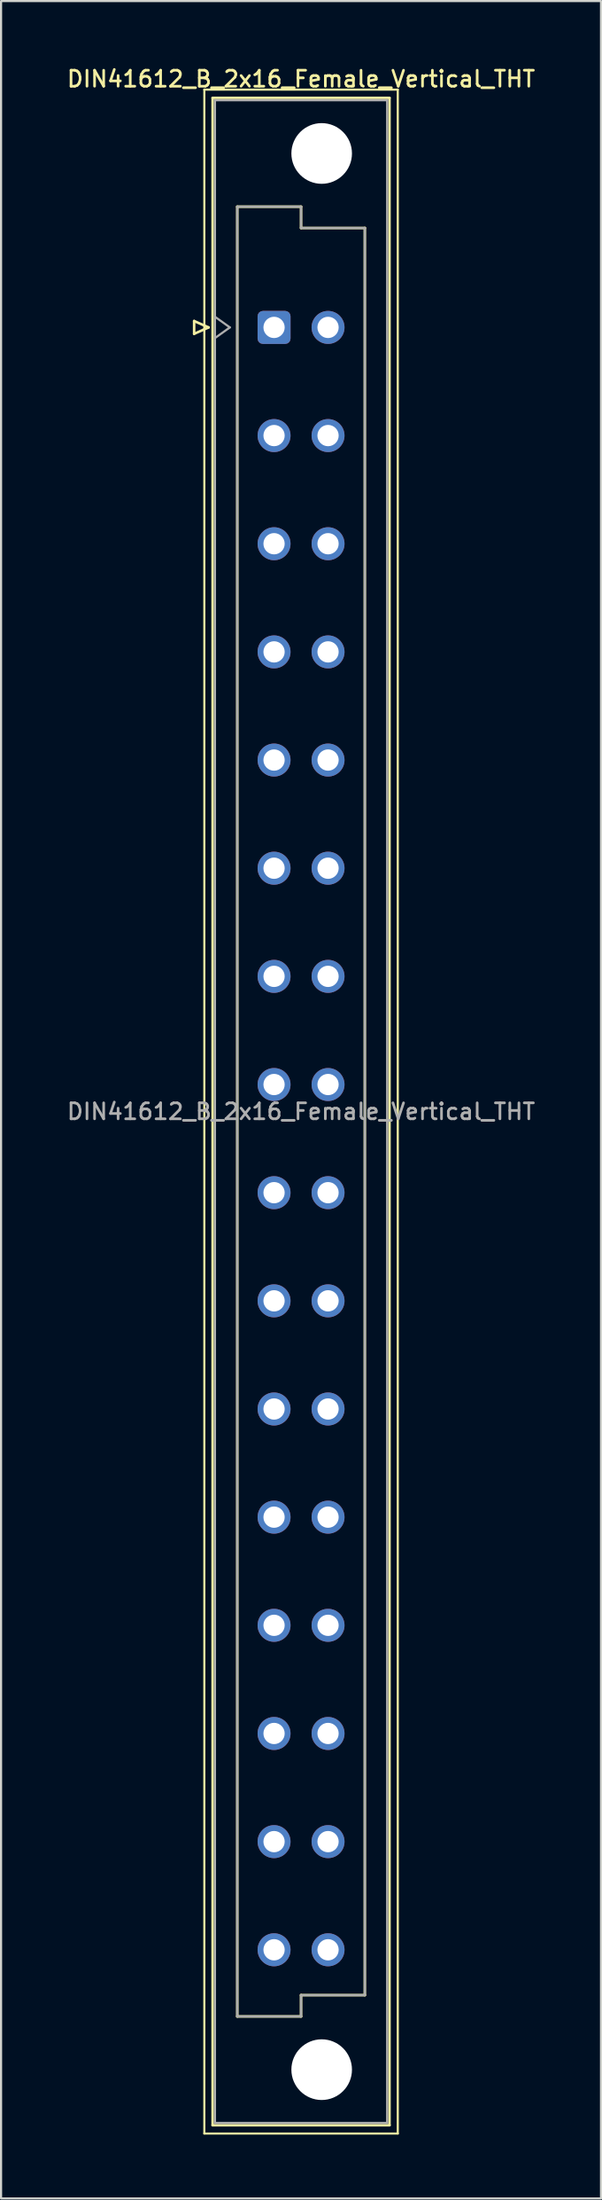
<source format=kicad_pcb>
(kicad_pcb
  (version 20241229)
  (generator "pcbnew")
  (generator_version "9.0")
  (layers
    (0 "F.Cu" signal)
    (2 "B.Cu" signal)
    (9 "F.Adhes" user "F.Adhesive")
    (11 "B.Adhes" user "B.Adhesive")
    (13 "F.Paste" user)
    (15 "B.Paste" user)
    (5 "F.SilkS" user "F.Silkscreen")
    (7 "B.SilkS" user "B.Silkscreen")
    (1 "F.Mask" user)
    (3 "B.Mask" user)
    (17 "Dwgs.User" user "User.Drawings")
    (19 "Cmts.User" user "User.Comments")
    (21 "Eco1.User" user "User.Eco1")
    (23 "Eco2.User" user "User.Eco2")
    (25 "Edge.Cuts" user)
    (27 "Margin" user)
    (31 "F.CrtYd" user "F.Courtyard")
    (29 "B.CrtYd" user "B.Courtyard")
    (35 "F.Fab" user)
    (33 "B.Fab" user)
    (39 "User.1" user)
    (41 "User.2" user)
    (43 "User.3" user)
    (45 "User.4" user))
  (footprint "DIN41612_B_2x16_Female_Vertical_THT"
    (layer "F.Cu")
    (at 9.843 9.788)
    (property "Reference" "DIN41612_B_2x16_Female_Vertical_THT" (at 1.27 -9.13 0) (layer "F.SilkS") (effects (font (size 0.75 0.75) (thickness 0.125))))
    (attr through_hole)
    (fp_line (start -3.76 2.24) (end -3.76 2.84) (stroke (width 0.12) (type solid)) (layer "F.SilkS"))
    (fp_line (start -3.76 2.84) (end -3.08 2.54) (stroke (width 0.12) (type solid)) (layer "F.SilkS"))
    (fp_line (start -3.28 -8.63) (end 5.82 -8.63) (stroke (width 0.1) (type solid)) (layer "F.SilkS"))
    (fp_line (start -3.28 87.37) (end -3.28 -8.63) (stroke (width 0.1) (type solid)) (layer "F.SilkS"))
    (fp_line (start -3.08 2.54) (end -3.76 2.24) (stroke (width 0.12) (type solid)) (layer "F.SilkS"))
    (fp_line (start -2.89 -8.24) (end 5.43 -8.24) (stroke (width 0.12) (type solid)) (layer "F.SilkS"))
    (fp_line (start -2.89 86.98) (end -2.89 -8.24) (stroke (width 0.12) (type solid)) (layer "F.SilkS"))
    (fp_line (start -1.73 -3.131) (end 1.27 -3.131) (stroke (width 0.12) (type solid)) (layer "F.SilkS"))
    (fp_line (start -1.73 81.87) (end -1.73 -3.131) (stroke (width 0.12) (type solid)) (layer "F.SilkS"))
    (fp_line (start 1.27 -3.131) (end 1.27 -2.131) (stroke (width 0.12) (type solid)) (layer "F.SilkS"))
    (fp_line (start 1.27 -2.131) (end 4.27 -2.131) (stroke (width 0.12) (type solid)) (layer "F.SilkS"))
    (fp_line (start 1.27 80.87) (end 1.27 81.87) (stroke (width 0.12) (type solid)) (layer "F.SilkS"))
    (fp_line (start 1.27 81.87) (end -1.73 81.87) (stroke (width 0.12) (type solid)) (layer "F.SilkS"))
    (fp_line (start 4.27 -2.131) (end 4.27 80.87) (stroke (width 0.12) (type solid)) (layer "F.SilkS"))
    (fp_line (start 4.27 80.87) (end 1.27 80.87) (stroke (width 0.12) (type solid)) (layer "F.SilkS"))
    (fp_line (start 5.43 -8.24) (end 5.43 86.98) (stroke (width 0.12) (type solid)) (layer "F.SilkS"))
    (fp_line (start 5.43 86.98) (end -2.89 86.98) (stroke (width 0.12) (type solid)) (layer "F.SilkS"))
    (fp_line (start 5.82 -8.63) (end 5.82 87.37) (stroke (width 0.1) (type solid)) (layer "F.SilkS"))
    (fp_line (start 5.82 87.37) (end -3.28 87.37) (stroke (width 0.1) (type solid)) (layer "F.SilkS"))
    (fp_line (start -2.78 -8.13) (end 5.32 -8.13) (stroke (width 0.1) (type solid)) (layer "F.Fab"))
    (fp_line (start -2.78 2.04) (end -2.08 2.54) (stroke (width 0.1) (type solid)) (layer "F.Fab"))
    (fp_line (start -2.78 86.87) (end -2.78 -8.13) (stroke (width 0.1) (type solid)) (layer "F.Fab"))
    (fp_line (start -2.08 2.54) (end -2.78 3.04) (stroke (width 0.1) (type solid)) (layer "F.Fab"))
    (fp_line (start -1.73 -3.13) (end 1.27 -3.13) (stroke (width 0.1) (type solid)) (layer "F.Fab"))
    (fp_line (start -1.73 81.87) (end -1.73 -3.13) (stroke (width 0.1) (type solid)) (layer "F.Fab"))
    (fp_line (start 1.27 -3.13) (end 1.27 -2.13) (stroke (width 0.1) (type solid)) (layer "F.Fab"))
    (fp_line (start 1.27 -2.13) (end 4.27 -2.13) (stroke (width 0.1) (type solid)) (layer "F.Fab"))
    (fp_line (start 1.27 80.87) (end 1.27 81.87) (stroke (width 0.1) (type solid)) (layer "F.Fab"))
    (fp_line (start 1.27 81.87) (end -1.73 81.87) (stroke (width 0.1) (type solid)) (layer "F.Fab"))
    (fp_line (start 4.27 -2.13) (end 4.27 80.87) (stroke (width 0.1) (type solid)) (layer "F.Fab"))
    (fp_line (start 4.27 80.87) (end 1.27 80.87) (stroke (width 0.1) (type solid)) (layer "F.Fab"))
    (fp_line (start 5.32 -8.13) (end 5.32 86.87) (stroke (width 0.1) (type solid)) (layer "F.Fab"))
    (fp_line (start 5.32 86.87) (end -2.78 86.87) (stroke (width 0.1) (type solid)) (layer "F.Fab"))
    (fp_text user "${REFERENCE}" (at 1.27 39.37 0) (layer "F.Fab") (effects (font (size 0.75 0.75) (thickness 0.125))))
    (pad "" np_thru_hole circle (at 2.24 -5.63) (size 2.85 2.85) (drill 2.85) (layers "*.Cu" "*.Mask"))
    (pad "" np_thru_hole circle (at 2.24 84.37) (size 2.85 2.85) (drill 2.85) (layers "*.Cu" "*.Mask"))
    (pad "a2" thru_hole roundrect (at 0 2.54) (size 1.55 1.55) (drill 1) (layers "*.Cu" "*.Mask") (roundrect_rratio 0.161))
    (pad "a4" thru_hole circle (at 0 7.62) (size 1.55 1.55) (drill 1) (layers "*.Cu" "*.Mask"))
    (pad "a6" thru_hole circle (at 0 12.7) (size 1.55 1.55) (drill 1) (layers "*.Cu" "*.Mask"))
    (pad "a8" thru_hole circle (at 0 17.78) (size 1.55 1.55) (drill 1) (layers "*.Cu" "*.Mask"))
    (pad "a10" thru_hole circle (at 0 22.86) (size 1.55 1.55) (drill 1) (layers "*.Cu" "*.Mask"))
    (pad "a12" thru_hole circle (at 0 27.94) (size 1.55 1.55) (drill 1) (layers "*.Cu" "*.Mask"))
    (pad "a14" thru_hole circle (at 0 33.02) (size 1.55 1.55) (drill 1) (layers "*.Cu" "*.Mask"))
    (pad "a16" thru_hole circle (at 0 38.1) (size 1.55 1.55) (drill 1) (layers "*.Cu" "*.Mask"))
    (pad "a18" thru_hole circle (at 0 43.18) (size 1.55 1.55) (drill 1) (layers "*.Cu" "*.Mask"))
    (pad "a20" thru_hole circle (at 0 48.26) (size 1.55 1.55) (drill 1) (layers "*.Cu" "*.Mask"))
    (pad "a22" thru_hole circle (at 0 53.34) (size 1.55 1.55) (drill 1) (layers "*.Cu" "*.Mask"))
    (pad "a24" thru_hole circle (at 0 58.42) (size 1.55 1.55) (drill 1) (layers "*.Cu" "*.Mask"))
    (pad "a26" thru_hole circle (at 0 63.5) (size 1.55 1.55) (drill 1) (layers "*.Cu" "*.Mask"))
    (pad "a28" thru_hole circle (at 0 68.58) (size 1.55 1.55) (drill 1) (layers "*.Cu" "*.Mask"))
    (pad "a30" thru_hole circle (at 0 73.66) (size 1.55 1.55) (drill 1) (layers "*.Cu" "*.Mask"))
    (pad "a32" thru_hole circle (at 0 78.74) (size 1.55 1.55) (drill 1) (layers "*.Cu" "*.Mask"))
    (pad "b2" thru_hole circle (at 2.54 2.54) (size 1.55 1.55) (drill 1) (layers "*.Cu" "*.Mask"))
    (pad "b4" thru_hole circle (at 2.54 7.62) (size 1.55 1.55) (drill 1) (layers "*.Cu" "*.Mask"))
    (pad "b6" thru_hole circle (at 2.54 12.7) (size 1.55 1.55) (drill 1) (layers "*.Cu" "*.Mask"))
    (pad "b8" thru_hole circle (at 2.54 17.78) (size 1.55 1.55) (drill 1) (layers "*.Cu" "*.Mask"))
    (pad "b10" thru_hole circle (at 2.54 22.86) (size 1.55 1.55) (drill 1) (layers "*.Cu" "*.Mask"))
    (pad "b12" thru_hole circle (at 2.54 27.94) (size 1.55 1.55) (drill 1) (layers "*.Cu" "*.Mask"))
    (pad "b14" thru_hole circle (at 2.54 33.02) (size 1.55 1.55) (drill 1) (layers "*.Cu" "*.Mask"))
    (pad "b16" thru_hole circle (at 2.54 38.1) (size 1.55 1.55) (drill 1) (layers "*.Cu" "*.Mask"))
    (pad "b18" thru_hole circle (at 2.54 43.18) (size 1.55 1.55) (drill 1) (layers "*.Cu" "*.Mask"))
    (pad "b20" thru_hole circle (at 2.54 48.26) (size 1.55 1.55) (drill 1) (layers "*.Cu" "*.Mask"))
    (pad "b22" thru_hole circle (at 2.54 53.34) (size 1.55 1.55) (drill 1) (layers "*.Cu" "*.Mask"))
    (pad "b24" thru_hole circle (at 2.54 58.42) (size 1.55 1.55) (drill 1) (layers "*.Cu" "*.Mask"))
    (pad "b26" thru_hole circle (at 2.54 63.5) (size 1.55 1.55) (drill 1) (layers "*.Cu" "*.Mask"))
    (pad "b28" thru_hole circle (at 2.54 68.58) (size 1.55 1.55) (drill 1) (layers "*.Cu" "*.Mask"))
    (pad "b30" thru_hole circle (at 2.54 73.66) (size 1.55 1.55) (drill 1) (layers "*.Cu" "*.Mask"))
    (pad "b32" thru_hole circle (at 2.54 78.74) (size 1.55 1.55) (drill 1) (layers "*.Cu" "*.Mask")))
  (gr_rect
    (start -3 -3)
    (end 25.225 100.208)
    (stroke (width 0.1) (type default))
    (fill no)
    (layer "Edge.Cuts")))
</source>
